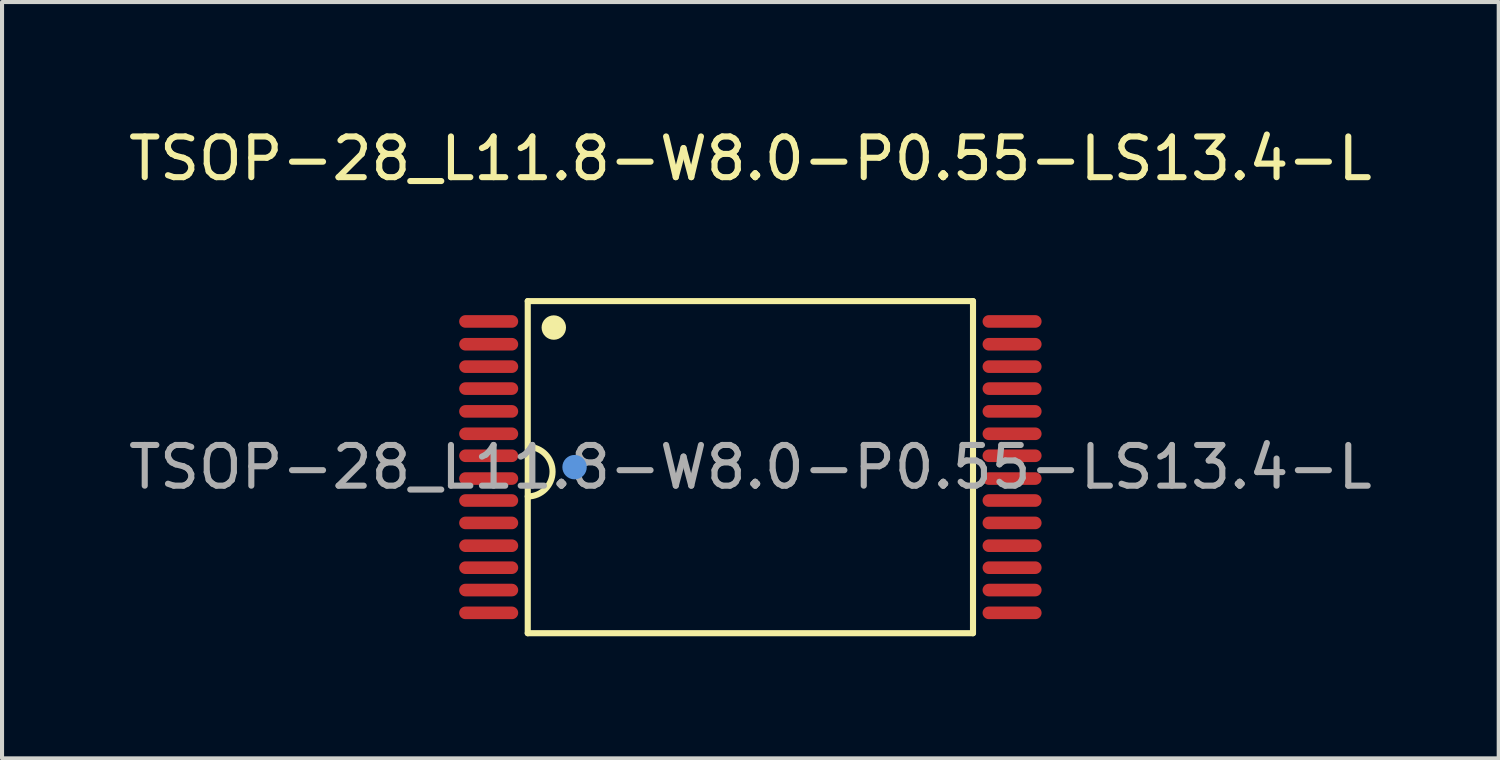
<source format=kicad_pcb>
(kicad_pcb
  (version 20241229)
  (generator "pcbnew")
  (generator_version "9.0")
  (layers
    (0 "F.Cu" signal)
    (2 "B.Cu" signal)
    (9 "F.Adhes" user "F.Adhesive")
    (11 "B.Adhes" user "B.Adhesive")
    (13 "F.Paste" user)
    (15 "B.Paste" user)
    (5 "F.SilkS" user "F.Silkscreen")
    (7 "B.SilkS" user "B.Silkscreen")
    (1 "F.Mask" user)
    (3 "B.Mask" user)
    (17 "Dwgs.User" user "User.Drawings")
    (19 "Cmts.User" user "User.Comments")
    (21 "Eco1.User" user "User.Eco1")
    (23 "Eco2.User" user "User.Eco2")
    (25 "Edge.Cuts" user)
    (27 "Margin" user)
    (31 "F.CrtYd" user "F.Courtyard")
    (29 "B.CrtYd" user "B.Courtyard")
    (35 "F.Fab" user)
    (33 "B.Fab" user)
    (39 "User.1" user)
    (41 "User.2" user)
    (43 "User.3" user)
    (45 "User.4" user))
  (footprint "TSOP-28_L11.8-W8.0-P0.55-LS13.4-L"
    (layer "F.Cu")
    (at 15.387 8.428)
    (property "Reference" "TSOP-28_L11.8-W8.0-P0.55-LS13.4-L" (at 0 -7.58 0) (layer "F.SilkS") (effects (font (size 1 1) (thickness 0.15))))
    (attr smd)
    (fp_line (start -5.47 -4.08) (end 5.47 -4.08) (stroke (width 0.15) (type solid)) (layer "F.SilkS"))
    (fp_line (start -5.47 4.08) (end -5.47 -4.08) (stroke (width 0.15) (type solid)) (layer "F.SilkS"))
    (fp_line (start 5.47 -4.08) (end 5.47 4.08) (stroke (width 0.15) (type solid)) (layer "F.SilkS"))
    (fp_line (start 5.47 4.08) (end -5.47 4.08) (stroke (width 0.15) (type solid)) (layer "F.SilkS"))
    (fp_arc (start -5.459349 -0.499907) (mid -4.860023 0.115326) (end -5.47 0.72) (stroke (width 0.15) (type solid)) (layer "F.SilkS"))
    (fp_circle (center -4.83 -3.43) (end -4.68 -3.43) (stroke (width 0.3) (type solid)) (fill no) (layer "F.SilkS"))
    (fp_circle (center -4.32 0) (end -4.17 0) (stroke (width 0.3) (type solid)) (fill no) (layer "Cmts.User"))
    (fp_text user "${REFERENCE}" (at 0 0 0) (layer "F.Fab") (effects (font (size 1 1) (thickness 0.15))))
    (pad "1" smd oval (at -6.43 0.28 270) (size 0.31 1.45) (layers "F.Cu" "F.Mask" "F.Paste"))
    (pad "2" smd oval (at -6.43 0.82 270) (size 0.31 1.45) (layers "F.Cu" "F.Mask" "F.Paste"))
    (pad "3" smd oval (at -6.43 1.37 270) (size 0.31 1.45) (layers "F.Cu" "F.Mask" "F.Paste"))
    (pad "4" smd oval (at -6.43 1.93 270) (size 0.31 1.45) (layers "F.Cu" "F.Mask" "F.Paste"))
    (pad "5" smd oval (at -6.43 2.47 270) (size 0.31 1.45) (layers "F.Cu" "F.Mask" "F.Paste"))
    (pad "6" smd oval (at -6.43 3.02 270) (size 0.31 1.45) (layers "F.Cu" "F.Mask" "F.Paste"))
    (pad "7" smd oval (at -6.43 3.58 270) (size 0.31 1.45) (layers "F.Cu" "F.Mask" "F.Paste"))
    (pad "8" smd oval (at 6.43 3.58 270) (size 0.31 1.45) (layers "F.Cu" "F.Mask" "F.Paste"))
    (pad "9" smd oval (at 6.43 3.02 270) (size 0.31 1.45) (layers "F.Cu" "F.Mask" "F.Paste"))
    (pad "10" smd oval (at 6.43 2.47 270) (size 0.31 1.45) (layers "F.Cu" "F.Mask" "F.Paste"))
    (pad "11" smd oval (at 6.43 1.93 270) (size 0.31 1.45) (layers "F.Cu" "F.Mask" "F.Paste"))
    (pad "12" smd oval (at 6.43 1.37 270) (size 0.31 1.45) (layers "F.Cu" "F.Mask" "F.Paste"))
    (pad "13" smd oval (at 6.43 0.82 270) (size 0.31 1.45) (layers "F.Cu" "F.Mask" "F.Paste"))
    (pad "14" smd oval (at 6.43 0.28 270) (size 0.31 1.45) (layers "F.Cu" "F.Mask" "F.Paste"))
    (pad "15" smd oval (at 6.43 -0.28 270) (size 0.31 1.45) (layers "F.Cu" "F.Mask" "F.Paste"))
    (pad "16" smd oval (at 6.43 -0.82 270) (size 0.31 1.45) (layers "F.Cu" "F.Mask" "F.Paste"))
    (pad "17" smd oval (at 6.43 -1.37 270) (size 0.31 1.45) (layers "F.Cu" "F.Mask" "F.Paste"))
    (pad "18" smd oval (at 6.43 -1.93 270) (size 0.31 1.45) (layers "F.Cu" "F.Mask" "F.Paste"))
    (pad "19" smd oval (at 6.43 -2.47 270) (size 0.31 1.45) (layers "F.Cu" "F.Mask" "F.Paste"))
    (pad "20" smd oval (at 6.43 -3.02 270) (size 0.31 1.45) (layers "F.Cu" "F.Mask" "F.Paste"))
    (pad "21" smd oval (at 6.43 -3.58 270) (size 0.31 1.45) (layers "F.Cu" "F.Mask" "F.Paste"))
    (pad "22" smd oval (at -6.43 -3.58 270) (size 0.31 1.45) (layers "F.Cu" "F.Mask" "F.Paste"))
    (pad "23" smd oval (at -6.43 -3.02 270) (size 0.31 1.45) (layers "F.Cu" "F.Mask" "F.Paste"))
    (pad "24" smd oval (at -6.43 -2.47 270) (size 0.31 1.45) (layers "F.Cu" "F.Mask" "F.Paste"))
    (pad "25" smd oval (at -6.43 -1.93 270) (size 0.31 1.45) (layers "F.Cu" "F.Mask" "F.Paste"))
    (pad "26" smd oval (at -6.43 -1.37 270) (size 0.31 1.45) (layers "F.Cu" "F.Mask" "F.Paste"))
    (pad "27" smd oval (at -6.43 -0.82 270) (size 0.31 1.45) (layers "F.Cu" "F.Mask" "F.Paste"))
    (pad "28" smd oval (at -6.43 -0.28 270) (size 0.31 1.45) (layers "F.Cu" "F.Mask" "F.Paste")))
  (gr_rect
    (start -3 -3)
    (end 33.774 15.583)
    (stroke (width 0.1) (type default))
    (fill no)
    (layer "Edge.Cuts")))
</source>
